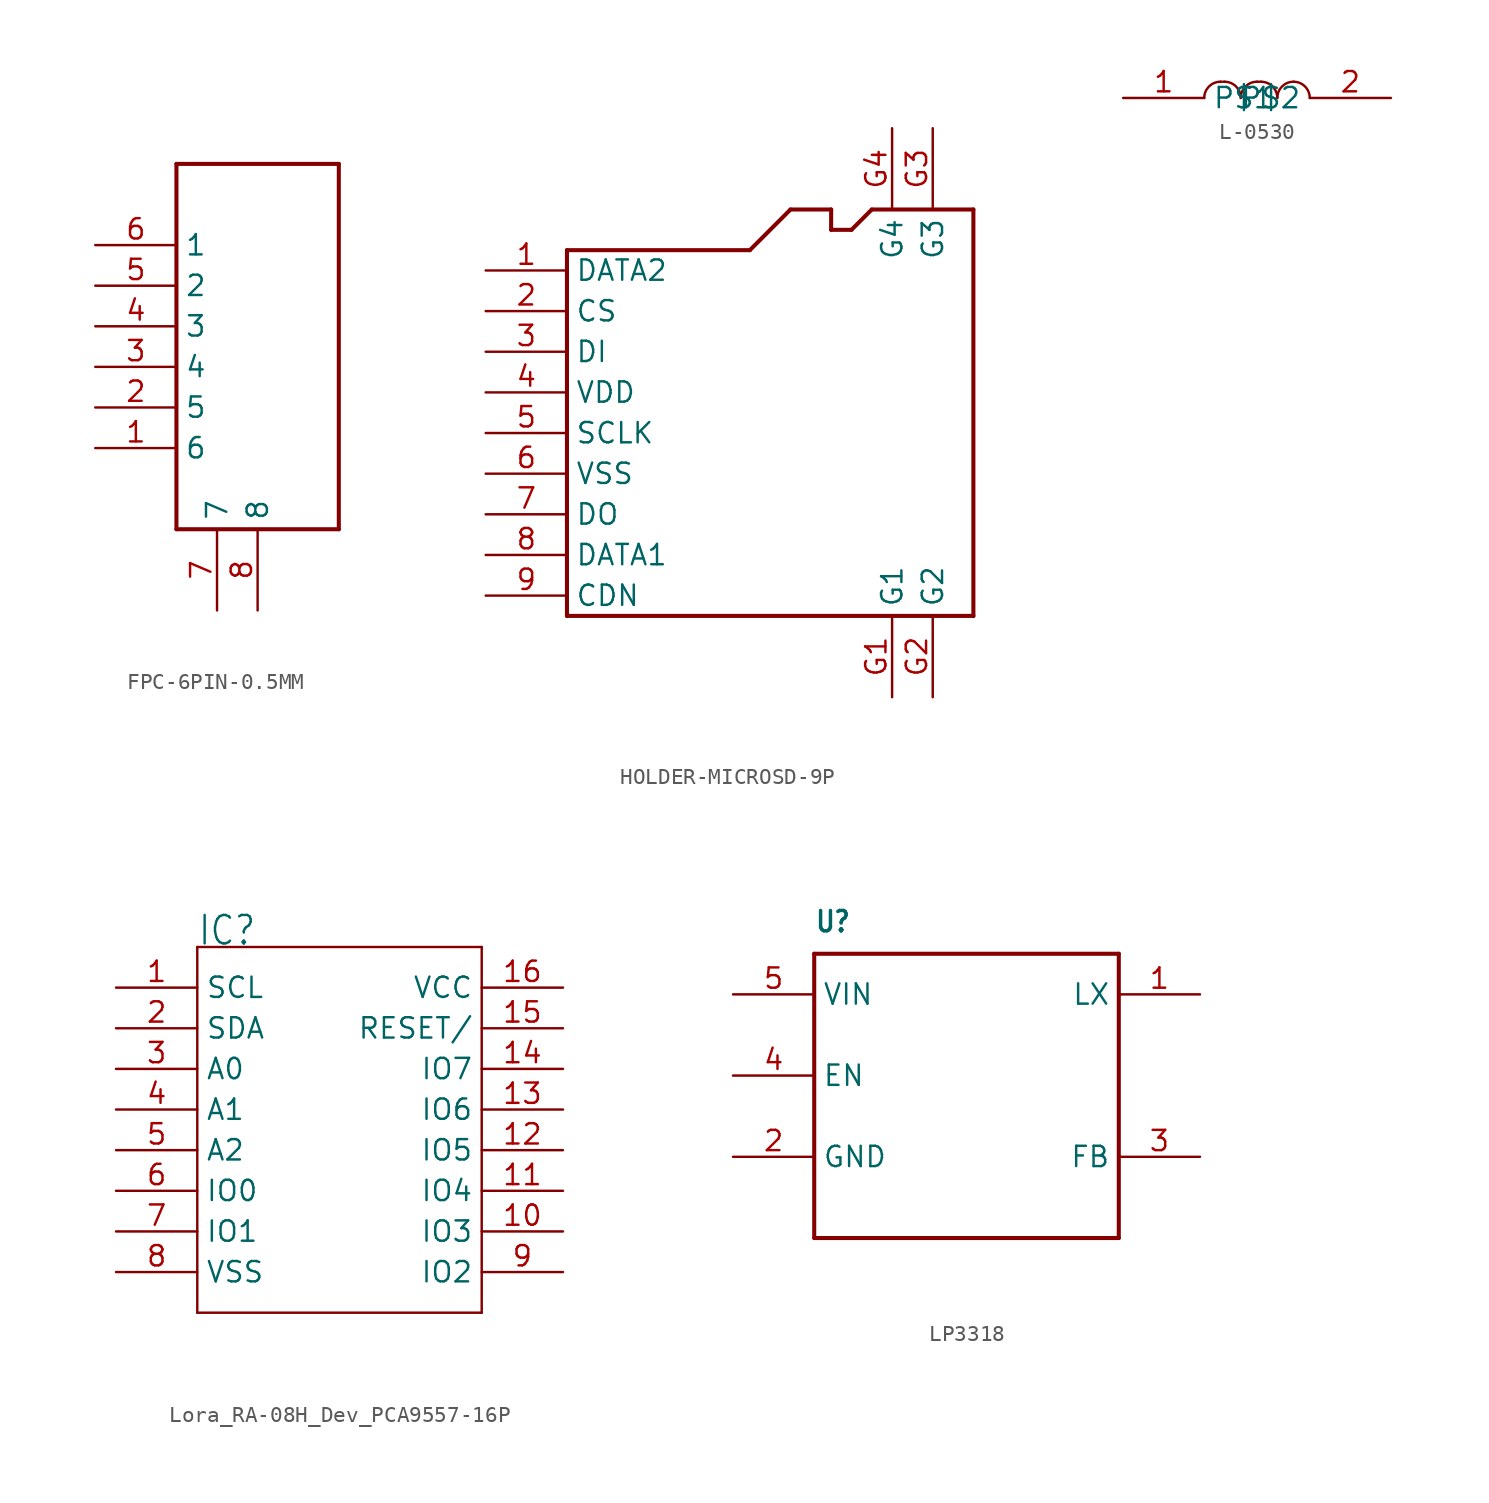
<source format=kicad_sym>
(kicad_symbol_lib
  (version 20231120)
  (generator "kicad_symbol_editor")
  (generator_version "8.0")
  (symbol "FPC-6PIN-0.5MM"
    (property "Reference" ""
      (at -2.54 50.8 0)
      (effects (font (size 1.778 1.511)) (justify left bottom) (hide yes)))
    (property "Value" ""
      (at -2.54 48.26 0)
      (effects (font (size 1.778 1.511)) (justify left bottom)))
    (property "ki_locked" ""
      (at 0 0 0)
      (effects (font (size 1.27 1.27))))
    (symbol "FPC-6PIN-0.5MM_1_0"
      (polyline (pts (xy -2.54 22.86) (xy -2.54 45.72)) (stroke (width 0.254) (type solid)) (fill (type none)))
      (polyline (pts (xy -2.54 45.72) (xy 7.62 45.72)) (stroke (width 0.254) (type solid)) (fill (type none)))
      (polyline (pts (xy 7.62 22.86) (xy -2.54 22.86)) (stroke (width 0.254) (type solid)) (fill (type none)))
      (polyline (pts (xy 7.62 45.72) (xy 7.62 22.86)) (stroke (width 0.254) (type solid)) (fill (type none)))
      (pin bidirectional line (at -7.62 27.94 0) (length 5.08) (name "6" (effects (font (size 1.27 1.27)))) (number "1" (effects (font (size 1.27 1.27)))))
      (pin bidirectional line (at -7.62 30.48 0) (length 5.08) (name "5" (effects (font (size 1.27 1.27)))) (number "2" (effects (font (size 1.27 1.27)))))
      (pin bidirectional line (at -7.62 33.02 0) (length 5.08) (name "4" (effects (font (size 1.27 1.27)))) (number "3" (effects (font (size 1.27 1.27)))))
      (pin bidirectional line (at -7.62 35.56 0) (length 5.08) (name "3" (effects (font (size 1.27 1.27)))) (number "4" (effects (font (size 1.27 1.27)))))
      (pin bidirectional line (at -7.62 38.1 0) (length 5.08) (name "2" (effects (font (size 1.27 1.27)))) (number "5" (effects (font (size 1.27 1.27)))))
      (pin bidirectional line (at -7.62 40.64 0) (length 5.08) (name "1" (effects (font (size 1.27 1.27)))) (number "6" (effects (font (size 1.27 1.27)))))
      (pin bidirectional line (at 0 17.78 90) (length 5.08) (name "7" (effects (font (size 1.27 1.27)))) (number "7" (effects (font (size 1.27 1.27)))))
      (pin bidirectional line (at 2.54 17.78 90) (length 5.08) (name "8" (effects (font (size 1.27 1.27)))) (number "8" (effects (font (size 1.27 1.27)))))))
  (symbol "HOLDER-MICROSD-9P"
    (property "Reference" "J"
      (at -11.43 11.43 0)
      (effects (font (size 1.778 1.511)) (justify left bottom) (hide yes)))
    (property "ki_locked" ""
      (at 0 0 0)
      (effects (font (size 1.27 1.27))))
    (symbol "HOLDER-MICROSD-9P_1_0"
      (polyline (pts (xy -12.7 -11.43) (xy 12.7 -11.43)) (stroke (width 0.254) (type solid)) (fill (type none)))
      (polyline (pts (xy -12.7 11.43) (xy -12.7 -11.43)) (stroke (width 0.254) (type solid)) (fill (type none)))
      (polyline (pts (xy -1.27 11.43) (xy -12.7 11.43)) (stroke (width 0.254) (type solid)) (fill (type none)))
      (polyline (pts (xy 1.27 13.97) (xy -1.27 11.43)) (stroke (width 0.254) (type solid)) (fill (type none)))
      (polyline (pts (xy 3.81 12.7) (xy 3.81 13.97)) (stroke (width 0.254) (type solid)) (fill (type none)))
      (polyline (pts (xy 3.81 13.97) (xy 1.27 13.97)) (stroke (width 0.254) (type solid)) (fill (type none)))
      (polyline (pts (xy 5.08 12.7) (xy 3.81 12.7)) (stroke (width 0.254) (type solid)) (fill (type none)))
      (polyline (pts (xy 6.35 13.97) (xy 5.08 12.7)) (stroke (width 0.254) (type solid)) (fill (type none)))
      (polyline (pts (xy 12.7 -11.43) (xy 12.7 13.97)) (stroke (width 0.254) (type solid)) (fill (type none)))
      (polyline (pts (xy 12.7 13.97) (xy 6.35 13.97)) (stroke (width 0.254) (type solid)) (fill (type none)))
      (pin bidirectional line (at -17.78 10.16 0) (length 5.08) (name "DATA2" (effects (font (size 1.27 1.27)))) (number "1" (effects (font (size 1.27 1.27)))))
      (pin bidirectional line (at -17.78 7.62 0) (length 5.08) (name "CS" (effects (font (size 1.27 1.27)))) (number "2" (effects (font (size 1.27 1.27)))))
      (pin bidirectional line (at -17.78 5.08 0) (length 5.08) (name "DI" (effects (font (size 1.27 1.27)))) (number "3" (effects (font (size 1.27 1.27)))))
      (pin bidirectional line (at -17.78 2.54 0) (length 5.08) (name "VDD" (effects (font (size 1.27 1.27)))) (number "4" (effects (font (size 1.27 1.27)))))
      (pin bidirectional line (at -17.78 0 0) (length 5.08) (name "SCLK" (effects (font (size 1.27 1.27)))) (number "5" (effects (font (size 1.27 1.27)))))
      (pin bidirectional line (at -17.78 -2.54 0) (length 5.08) (name "VSS" (effects (font (size 1.27 1.27)))) (number "6" (effects (font (size 1.27 1.27)))))
      (pin bidirectional line (at -17.78 -5.08 0) (length 5.08) (name "DO" (effects (font (size 1.27 1.27)))) (number "7" (effects (font (size 1.27 1.27)))))
      (pin bidirectional line (at -17.78 -7.62 0) (length 5.08) (name "DATA1" (effects (font (size 1.27 1.27)))) (number "8" (effects (font (size 1.27 1.27)))))
      (pin bidirectional line (at -17.78 -10.16 0) (length 5.08) (name "CDN" (effects (font (size 1.27 1.27)))) (number "9" (effects (font (size 1.27 1.27)))))
      (pin bidirectional line (at 7.62 -16.51 90) (length 5.08) (name "G1" (effects (font (size 1.27 1.27)))) (number "G1" (effects (font (size 1.27 1.27)))))
      (pin bidirectional line (at 10.16 -16.51 90) (length 5.08) (name "G2" (effects (font (size 1.27 1.27)))) (number "G2" (effects (font (size 1.27 1.27)))))
      (pin bidirectional line (at 10.16 19.05 270) (length 5.08) (name "G3" (effects (font (size 1.27 1.27)))) (number "G3" (effects (font (size 1.27 1.27)))))
      (pin bidirectional line (at 7.62 19.05 270) (length 5.08) (name "G4" (effects (font (size 1.27 1.27)))) (number "G4" (effects (font (size 1.27 1.27)))))))
  (symbol "L-0530"
    (property "Reference" ""
      (at -8.636 1.778 0)
      (effects (font (size 1.27 1.079)) (justify left bottom) (hide yes)))
    (property "ki_locked" ""
      (at 0 0 0)
      (effects (font (size 1.27 1.27))))
    (symbol "L-0530_1_0"
      (arc (start -6.604 1.016) (mid -7.3224 0.7184) (end -7.62 0) (stroke (width 0.1524) (type solid)) (fill (type none)))
      (arc (start -5.334 0) (mid -5.6316 0.7184) (end -6.35 1.016) (stroke (width 0.1524) (type solid)) (fill (type none)))
      (arc (start -4.318 1.016) (mid -5.0364 0.7184) (end -5.334 0) (stroke (width 0.1524) (type solid)) (fill (type none)))
      (arc (start -3.048 0) (mid -3.3456 0.7184) (end -4.064 1.016) (stroke (width 0.1524) (type solid)) (fill (type none)))
      (arc (start -2.032 1.016) (mid -2.7504 0.7184) (end -3.048 0) (stroke (width 0.1524) (type solid)) (fill (type none)))
      (arc (start -1.016 0) (mid -1.3136 0.7184) (end -2.032 1.016) (stroke (width 0.1524) (type solid)) (fill (type none)))
      (polyline (pts (xy -6.604 1.016) (xy -6.35 1.016)) (stroke (width 0.152) (type solid)) (fill (type none)))
      (polyline (pts (xy -4.318 1.016) (xy -4.064 1.016)) (stroke (width 0.152) (type solid)) (fill (type none)))
      (pin bidirectional line (at -12.7 0 0) (length 5.08) (name "P$1" (effects (font (size 1.27 1.27)))) (number "1" (effects (font (size 1.27 1.27)))))
      (pin bidirectional line (at 4.064 0 180) (length 5.08) (name "P$2" (effects (font (size 1.27 1.27)))) (number "2" (effects (font (size 1.27 1.27)))))))
  (symbol "Lora_RA-08H_Dev_PCA9557-16P"
    (property "Reference" "IC"
      (at 0 22.86 0)
      (effects (font (size 1.778 1.511)) (justify left bottom)))
    (property "Value" ""
      (at 0 -2.54 0)
      (effects (font (size 1.778 1.511)) (justify left bottom)))
    (property "ki_locked" ""
      (at 0 0 0)
      (effects (font (size 1.27 1.27))))
    (symbol "Lora_RA-08H_Dev_PCA9557-16P_1_0"
      (polyline (pts (xy 0 0) (xy 0 22.86)) (stroke (width 0.152) (type solid)) (fill (type none)))
      (polyline (pts (xy 0 22.86) (xy 17.78 22.86)) (stroke (width 0.152) (type solid)) (fill (type none)))
      (polyline (pts (xy 17.78 0) (xy 0 0)) (stroke (width 0.152) (type solid)) (fill (type none)))
      (polyline (pts (xy 17.78 22.86) (xy 17.78 0)) (stroke (width 0.152) (type solid)) (fill (type none)))
      (pin bidirectional line (at -5.08 20.32 0) (length 5.08) (name "SCL" (effects (font (size 1.27 1.27)))) (number "1" (effects (font (size 1.27 1.27)))))
      (pin bidirectional line (at 22.86 5.08 180) (length 5.08) (name "IO3" (effects (font (size 1.27 1.27)))) (number "10" (effects (font (size 1.27 1.27)))))
      (pin bidirectional line (at 22.86 7.62 180) (length 5.08) (name "IO4" (effects (font (size 1.27 1.27)))) (number "11" (effects (font (size 1.27 1.27)))))
      (pin bidirectional line (at 22.86 10.16 180) (length 5.08) (name "IO5" (effects (font (size 1.27 1.27)))) (number "12" (effects (font (size 1.27 1.27)))))
      (pin bidirectional line (at 22.86 12.7 180) (length 5.08) (name "IO6" (effects (font (size 1.27 1.27)))) (number "13" (effects (font (size 1.27 1.27)))))
      (pin bidirectional line (at 22.86 15.24 180) (length 5.08) (name "IO7" (effects (font (size 1.27 1.27)))) (number "14" (effects (font (size 1.27 1.27)))))
      (pin bidirectional line (at 22.86 17.78 180) (length 5.08) (name "RESET/" (effects (font (size 1.27 1.27)))) (number "15" (effects (font (size 1.27 1.27)))))
      (pin bidirectional line (at 22.86 20.32 180) (length 5.08) (name "VCC" (effects (font (size 1.27 1.27)))) (number "16" (effects (font (size 1.27 1.27)))))
      (pin bidirectional line (at -5.08 17.78 0) (length 5.08) (name "SDA" (effects (font (size 1.27 1.27)))) (number "2" (effects (font (size 1.27 1.27)))))
      (pin bidirectional line (at -5.08 15.24 0) (length 5.08) (name "A0" (effects (font (size 1.27 1.27)))) (number "3" (effects (font (size 1.27 1.27)))))
      (pin bidirectional line (at -5.08 12.7 0) (length 5.08) (name "A1" (effects (font (size 1.27 1.27)))) (number "4" (effects (font (size 1.27 1.27)))))
      (pin bidirectional line (at -5.08 10.16 0) (length 5.08) (name "A2" (effects (font (size 1.27 1.27)))) (number "5" (effects (font (size 1.27 1.27)))))
      (pin bidirectional line (at -5.08 7.62 0) (length 5.08) (name "IO0" (effects (font (size 1.27 1.27)))) (number "6" (effects (font (size 1.27 1.27)))))
      (pin bidirectional line (at -5.08 5.08 0) (length 5.08) (name "IO1" (effects (font (size 1.27 1.27)))) (number "7" (effects (font (size 1.27 1.27)))))
      (pin bidirectional line (at -5.08 2.54 0) (length 5.08) (name "VSS" (effects (font (size 1.27 1.27)))) (number "8" (effects (font (size 1.27 1.27)))))
      (pin bidirectional line (at 22.86 2.54 180) (length 5.08) (name "IO2" (effects (font (size 1.27 1.27)))) (number "9" (effects (font (size 1.27 1.27)))))))
  (symbol "LP3318"
    (property "Reference" "U"
      (at -10.16 10.16 0)
      (effects (font (size 1.27 1.079) (bold yes)) (justify left bottom)))
    (property "Value" ""
      (at -11.43 -11.43 0)
      (effects (font (size 1.27 1.079) (bold yes)) (justify left bottom)))
    (property "ki_locked" ""
      (at 0 0 0)
      (effects (font (size 1.27 1.27))))
    (symbol "LP3318_1_0"
      (polyline (pts (xy -10.16 -8.89) (xy -10.16 8.89)) (stroke (width 0.254) (type solid)) (fill (type none)))
      (polyline (pts (xy -10.16 8.89) (xy 8.89 8.89)) (stroke (width 0.254) (type solid)) (fill (type none)))
      (polyline (pts (xy 8.89 -8.89) (xy -10.16 -8.89)) (stroke (width 0.254) (type solid)) (fill (type none)))
      (polyline (pts (xy 8.89 8.89) (xy 8.89 -8.89)) (stroke (width 0.254) (type solid)) (fill (type none)))
      (pin bidirectional line (at 13.97 6.35 180) (length 5.08) (name "LX" (effects (font (size 1.27 1.27)))) (number "1" (effects (font (size 1.27 1.27)))))
      (pin bidirectional line (at -15.24 -3.81 0) (length 5.08) (name "GND" (effects (font (size 1.27 1.27)))) (number "2" (effects (font (size 1.27 1.27)))))
      (pin bidirectional line (at 13.97 -3.81 180) (length 5.08) (name "FB" (effects (font (size 1.27 1.27)))) (number "3" (effects (font (size 1.27 1.27)))))
      (pin bidirectional line (at -15.24 1.27 0) (length 5.08) (name "EN" (effects (font (size 1.27 1.27)))) (number "4" (effects (font (size 1.27 1.27)))))
      (pin bidirectional line (at -15.24 6.35 0) (length 5.08) (name "VIN" (effects (font (size 1.27 1.27)))) (number "5" (effects (font (size 1.27 1.27))))))))
</source>
